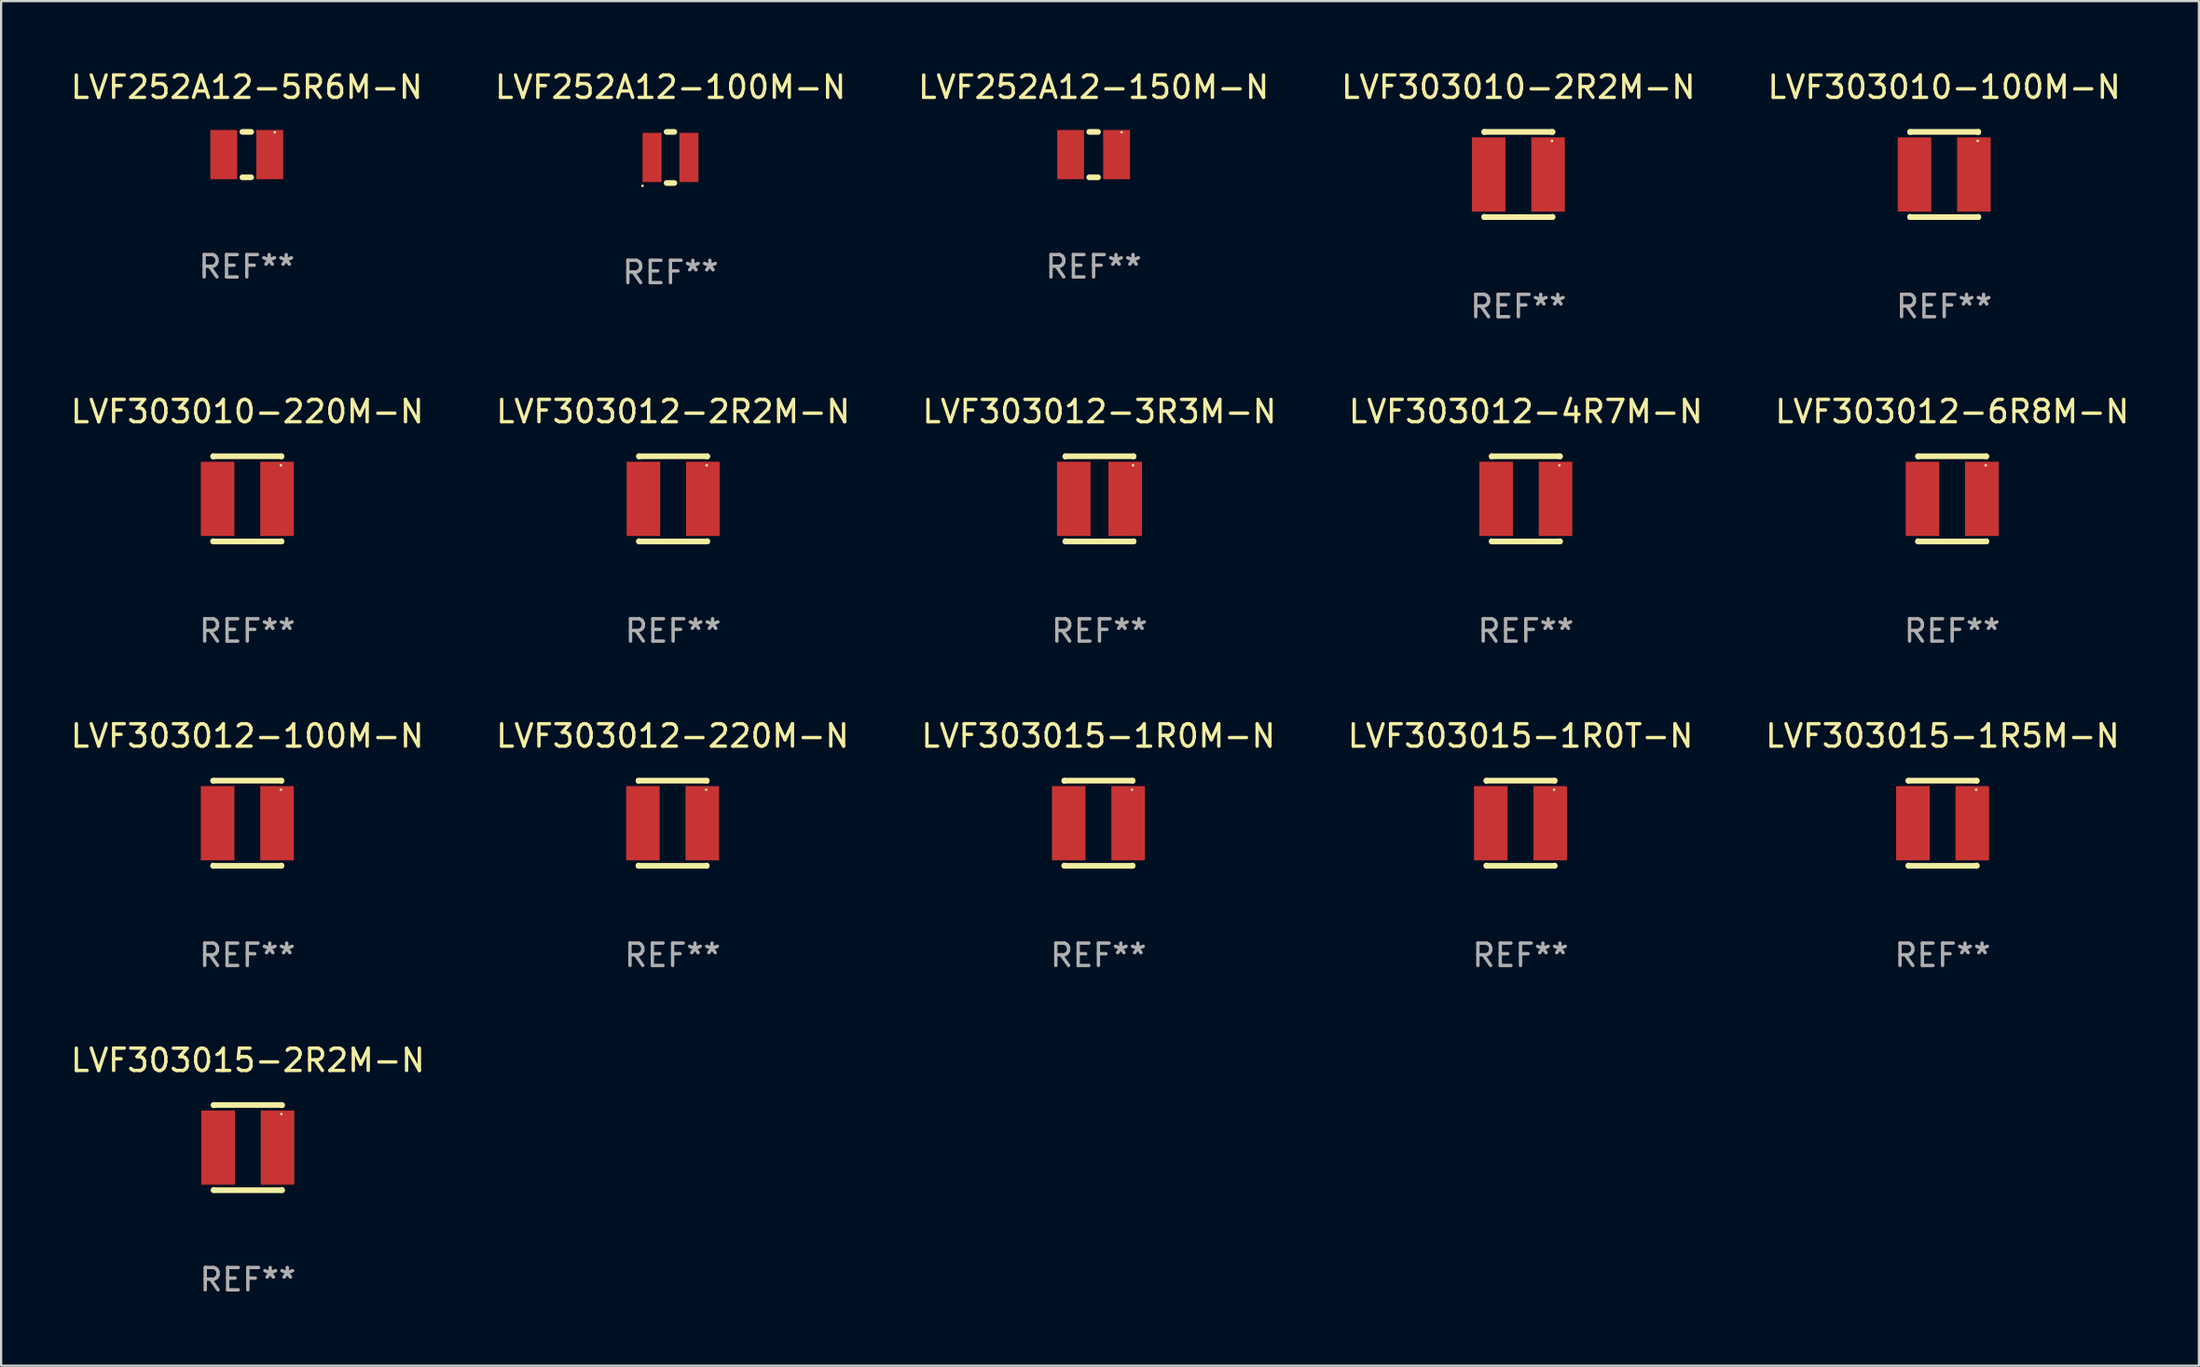
<source format=kicad_pcb>
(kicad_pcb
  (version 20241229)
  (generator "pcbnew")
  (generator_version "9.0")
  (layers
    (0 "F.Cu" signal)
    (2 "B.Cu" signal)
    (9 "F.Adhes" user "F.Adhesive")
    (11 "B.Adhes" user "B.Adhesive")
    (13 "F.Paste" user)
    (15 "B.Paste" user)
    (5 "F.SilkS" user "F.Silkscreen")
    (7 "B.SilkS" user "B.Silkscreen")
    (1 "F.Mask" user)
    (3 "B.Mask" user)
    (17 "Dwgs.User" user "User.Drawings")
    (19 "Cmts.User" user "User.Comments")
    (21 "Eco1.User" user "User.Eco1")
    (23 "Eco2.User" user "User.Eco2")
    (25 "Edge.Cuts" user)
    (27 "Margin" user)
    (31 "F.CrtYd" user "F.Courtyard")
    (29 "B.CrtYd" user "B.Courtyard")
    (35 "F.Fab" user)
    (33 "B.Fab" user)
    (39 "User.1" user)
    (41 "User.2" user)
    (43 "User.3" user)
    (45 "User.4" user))
  (footprint "LVF303015-2R2M-N"
    (layer "F.Cu")
    (at 8.03 48.273)
    (property "Reference" "LVF303015-2R2M-N" (at 0 -3.905 0) (layer "F.SilkS") (effects (font (size 1 1) (thickness 0.15))))
    (attr through_hole)
    (fp_line (start -1.524 -1.905) (end 1.524 -1.905) (stroke (width 0.254) (type solid)) (layer "F.SilkS"))
    (fp_line (start -1.524 -1.891) (end -1.524 -1.905) (stroke (width 0.254) (type solid)) (layer "F.SilkS"))
    (fp_line (start -1.524 1.905) (end -1.524 1.891) (stroke (width 0.254) (type solid)) (layer "F.SilkS"))
    (fp_line (start -1.524 1.905) (end 1.524 1.905) (stroke (width 0.254) (type solid)) (layer "F.SilkS"))
    (fp_line (start 1.524 -1.905) (end 1.524 -1.891) (stroke (width 0.254) (type solid)) (layer "F.SilkS"))
    (fp_line (start 1.524 1.891) (end 1.524 1.905) (stroke (width 0.254) (type solid)) (layer "F.SilkS"))
    (fp_circle (center 1.5 -1.5) (end 1.53 -1.5) (stroke (width 0.06) (type solid)) (fill no) (layer "F.SilkS"))
    (fp_text user "REF**" (at 0 5.905 0) (layer "F.Fab") (effects (font (size 1 1) (thickness 0.15))))
    (pad "1" smd rect (at 1.328 0) (size 1.5 3.32) (layers "F.Cu" "F.Mask" "F.Paste"))
    (pad "2" smd rect (at -1.328 0) (size 1.5 3.32) (layers "F.Cu" "F.Mask" "F.Paste")))
  (footprint "LVF303012-6R8M-N"
    (layer "F.Cu")
    (at 84.22 19.26)
    (property "Reference" "LVF303012-6R8M-N" (at 0 -3.905 0) (layer "F.SilkS") (effects (font (size 1 1) (thickness 0.15))))
    (attr through_hole)
    (fp_line (start -1.524 -1.905) (end 1.524 -1.905) (stroke (width 0.254) (type solid)) (layer "F.SilkS"))
    (fp_line (start -1.524 -1.891) (end -1.524 -1.905) (stroke (width 0.254) (type solid)) (layer "F.SilkS"))
    (fp_line (start -1.524 1.905) (end -1.524 1.891) (stroke (width 0.254) (type solid)) (layer "F.SilkS"))
    (fp_line (start -1.524 1.905) (end 1.524 1.905) (stroke (width 0.254) (type solid)) (layer "F.SilkS"))
    (fp_line (start 1.524 -1.905) (end 1.524 -1.891) (stroke (width 0.254) (type solid)) (layer "F.SilkS"))
    (fp_line (start 1.524 1.891) (end 1.524 1.905) (stroke (width 0.254) (type solid)) (layer "F.SilkS"))
    (fp_circle (center 1.5 -1.5) (end 1.53 -1.5) (stroke (width 0.06) (type solid)) (fill no) (layer "F.SilkS"))
    (fp_text user "REF**" (at 0 5.905 0) (layer "F.Fab") (effects (font (size 1 1) (thickness 0.15))))
    (pad "1" smd rect (at 1.328 0) (size 1.5 3.32) (layers "F.Cu" "F.Mask" "F.Paste"))
    (pad "2" smd rect (at -1.328 0) (size 1.5 3.32) (layers "F.Cu" "F.Mask" "F.Paste")))
  (footprint "LVF303015-1R0M-N"
    (layer "F.Cu")
    (at 46.054 33.766)
    (property "Reference" "LVF303015-1R0M-N" (at 0 -3.905 0) (layer "F.SilkS") (effects (font (size 1 1) (thickness 0.15))))
    (attr through_hole)
    (fp_line (start -1.524 -1.905) (end 1.524 -1.905) (stroke (width 0.254) (type solid)) (layer "F.SilkS"))
    (fp_line (start -1.524 -1.891) (end -1.524 -1.905) (stroke (width 0.254) (type solid)) (layer "F.SilkS"))
    (fp_line (start -1.524 1.905) (end -1.524 1.891) (stroke (width 0.254) (type solid)) (layer "F.SilkS"))
    (fp_line (start -1.524 1.905) (end 1.524 1.905) (stroke (width 0.254) (type solid)) (layer "F.SilkS"))
    (fp_line (start 1.524 -1.905) (end 1.524 -1.891) (stroke (width 0.254) (type solid)) (layer "F.SilkS"))
    (fp_line (start 1.524 1.891) (end 1.524 1.905) (stroke (width 0.254) (type solid)) (layer "F.SilkS"))
    (fp_circle (center 1.5 -1.5) (end 1.53 -1.5) (stroke (width 0.06) (type solid)) (fill no) (layer "F.SilkS"))
    (fp_text user "REF**" (at 0 5.905 0) (layer "F.Fab") (effects (font (size 1 1) (thickness 0.15))))
    (pad "1" smd rect (at 1.328 0) (size 1.5 3.32) (layers "F.Cu" "F.Mask" "F.Paste"))
    (pad "2" smd rect (at -1.328 0) (size 1.5 3.32) (layers "F.Cu" "F.Mask" "F.Paste")))
  (footprint "LVF303012-3R3M-N"
    (layer "F.Cu")
    (at 46.101 19.26)
    (property "Reference" "LVF303012-3R3M-N" (at 0 -3.905 0) (layer "F.SilkS") (effects (font (size 1 1) (thickness 0.15))))
    (attr through_hole)
    (fp_line (start -1.524 -1.905) (end 1.524 -1.905) (stroke (width 0.254) (type solid)) (layer "F.SilkS"))
    (fp_line (start -1.524 -1.891) (end -1.524 -1.905) (stroke (width 0.254) (type solid)) (layer "F.SilkS"))
    (fp_line (start -1.524 1.905) (end -1.524 1.891) (stroke (width 0.254) (type solid)) (layer "F.SilkS"))
    (fp_line (start -1.524 1.905) (end 1.524 1.905) (stroke (width 0.254) (type solid)) (layer "F.SilkS"))
    (fp_line (start 1.524 -1.905) (end 1.524 -1.891) (stroke (width 0.254) (type solid)) (layer "F.SilkS"))
    (fp_line (start 1.524 1.891) (end 1.524 1.905) (stroke (width 0.254) (type solid)) (layer "F.SilkS"))
    (fp_circle (center 1.5 -1.5) (end 1.53 -1.5) (stroke (width 0.06) (type solid)) (fill no) (layer "F.SilkS"))
    (fp_text user "REF**" (at 0 5.905 0) (layer "F.Fab") (effects (font (size 1 1) (thickness 0.15))))
    (pad "1" smd rect (at 1.15 0) (size 1.5 3.32) (layers "F.Cu" "F.Mask" "F.Paste"))
    (pad "2" smd rect (at -1.15 0) (size 1.5 3.32) (layers "F.Cu" "F.Mask" "F.Paste")))
  (footprint "LVF303012-2R2M-N"
    (layer "F.Cu")
    (at 27.042 19.26)
    (property "Reference" "LVF303012-2R2M-N" (at 0 -3.905 0) (layer "F.SilkS") (effects (font (size 1 1) (thickness 0.15))))
    (attr through_hole)
    (fp_line (start -1.524 -1.905) (end 1.524 -1.905) (stroke (width 0.254) (type solid)) (layer "F.SilkS"))
    (fp_line (start -1.524 -1.891) (end -1.524 -1.905) (stroke (width 0.254) (type solid)) (layer "F.SilkS"))
    (fp_line (start -1.524 1.905) (end -1.524 1.891) (stroke (width 0.254) (type solid)) (layer "F.SilkS"))
    (fp_line (start -1.524 1.905) (end 1.524 1.905) (stroke (width 0.254) (type solid)) (layer "F.SilkS"))
    (fp_line (start 1.524 -1.905) (end 1.524 -1.891) (stroke (width 0.254) (type solid)) (layer "F.SilkS"))
    (fp_line (start 1.524 1.891) (end 1.524 1.905) (stroke (width 0.254) (type solid)) (layer "F.SilkS"))
    (fp_circle (center 1.5 -1.5) (end 1.53 -1.5) (stroke (width 0.06) (type solid)) (fill no) (layer "F.SilkS"))
    (fp_text user "REF**" (at 0 5.905 0) (layer "F.Fab") (effects (font (size 1 1) (thickness 0.15))))
    (pad "1" smd rect (at 1.328 0) (size 1.5 3.32) (layers "F.Cu" "F.Mask" "F.Paste"))
    (pad "2" smd rect (at -1.328 0) (size 1.5 3.32) (layers "F.Cu" "F.Mask" "F.Paste")))
  (footprint "LVF303012-220M-N"
    (layer "F.Cu")
    (at 27.018 33.766)
    (property "Reference" "LVF303012-220M-N" (at 0 -3.905 0) (layer "F.SilkS") (effects (font (size 1 1) (thickness 0.15))))
    (attr through_hole)
    (fp_line (start -1.524 -1.905) (end 1.524 -1.905) (stroke (width 0.254) (type solid)) (layer "F.SilkS"))
    (fp_line (start -1.524 -1.891) (end -1.524 -1.905) (stroke (width 0.254) (type solid)) (layer "F.SilkS"))
    (fp_line (start -1.524 1.905) (end -1.524 1.891) (stroke (width 0.254) (type solid)) (layer "F.SilkS"))
    (fp_line (start -1.524 1.905) (end 1.524 1.905) (stroke (width 0.254) (type solid)) (layer "F.SilkS"))
    (fp_line (start 1.524 -1.905) (end 1.524 -1.891) (stroke (width 0.254) (type solid)) (layer "F.SilkS"))
    (fp_line (start 1.524 1.891) (end 1.524 1.905) (stroke (width 0.254) (type solid)) (layer "F.SilkS"))
    (fp_circle (center 1.5 -1.5) (end 1.53 -1.5) (stroke (width 0.06) (type solid)) (fill no) (layer "F.SilkS"))
    (fp_text user "REF**" (at 0 5.905 0) (layer "F.Fab") (effects (font (size 1 1) (thickness 0.15))))
    (pad "1" smd rect (at 1.328 0) (size 1.5 3.32) (layers "F.Cu" "F.Mask" "F.Paste"))
    (pad "2" smd rect (at -1.328 0) (size 1.5 3.32) (layers "F.Cu" "F.Mask" "F.Paste")))
  (footprint "LVF303010-220M-N"
    (layer "F.Cu")
    (at 8.006 19.26)
    (property "Reference" "LVF303010-220M-N" (at 0 -3.905 0) (layer "F.SilkS") (effects (font (size 1 1) (thickness 0.15))))
    (attr through_hole)
    (fp_line (start -1.524 -1.905) (end 1.524 -1.905) (stroke (width 0.254) (type solid)) (layer "F.SilkS"))
    (fp_line (start -1.524 -1.891) (end -1.524 -1.905) (stroke (width 0.254) (type solid)) (layer "F.SilkS"))
    (fp_line (start -1.524 1.905) (end -1.524 1.891) (stroke (width 0.254) (type solid)) (layer "F.SilkS"))
    (fp_line (start -1.524 1.905) (end 1.524 1.905) (stroke (width 0.254) (type solid)) (layer "F.SilkS"))
    (fp_line (start 1.524 -1.905) (end 1.524 -1.891) (stroke (width 0.254) (type solid)) (layer "F.SilkS"))
    (fp_line (start 1.524 1.891) (end 1.524 1.905) (stroke (width 0.254) (type solid)) (layer "F.SilkS"))
    (fp_circle (center 1.5 -1.5) (end 1.53 -1.5) (stroke (width 0.06) (type solid)) (fill no) (layer "F.SilkS"))
    (fp_text user "REF**" (at 0 5.905 0) (layer "F.Fab") (effects (font (size 1 1) (thickness 0.15))))
    (pad "1" smd rect (at 1.328 0) (size 1.5 3.32) (layers "F.Cu" "F.Mask" "F.Paste"))
    (pad "2" smd rect (at -1.328 0) (size 1.5 3.32) (layers "F.Cu" "F.Mask" "F.Paste")))
  (footprint "LVF303012-4R7M-N"
    (layer "F.Cu")
    (at 65.161 19.26)
    (property "Reference" "LVF303012-4R7M-N" (at 0 -3.905 0) (layer "F.SilkS") (effects (font (size 1 1) (thickness 0.15))))
    (attr through_hole)
    (fp_line (start -1.524 -1.905) (end 1.524 -1.905) (stroke (width 0.254) (type solid)) (layer "F.SilkS"))
    (fp_line (start -1.524 -1.891) (end -1.524 -1.905) (stroke (width 0.254) (type solid)) (layer "F.SilkS"))
    (fp_line (start -1.524 1.905) (end -1.524 1.891) (stroke (width 0.254) (type solid)) (layer "F.SilkS"))
    (fp_line (start -1.524 1.905) (end 1.524 1.905) (stroke (width 0.254) (type solid)) (layer "F.SilkS"))
    (fp_line (start 1.524 -1.905) (end 1.524 -1.891) (stroke (width 0.254) (type solid)) (layer "F.SilkS"))
    (fp_line (start 1.524 1.891) (end 1.524 1.905) (stroke (width 0.254) (type solid)) (layer "F.SilkS"))
    (fp_circle (center 1.5 -1.5) (end 1.53 -1.5) (stroke (width 0.06) (type solid)) (fill no) (layer "F.SilkS"))
    (fp_text user "REF**" (at 0 5.905 0) (layer "F.Fab") (effects (font (size 1 1) (thickness 0.15))))
    (pad "1" smd rect (at 1.328 0) (size 1.5 3.32) (layers "F.Cu" "F.Mask" "F.Paste"))
    (pad "2" smd rect (at -1.328 0) (size 1.5 3.32) (layers "F.Cu" "F.Mask" "F.Paste")))
  (footprint "LVF303012-100M-N"
    (layer "F.Cu")
    (at 8.006 33.766)
    (property "Reference" "LVF303012-100M-N" (at 0 -3.905 0) (layer "F.SilkS") (effects (font (size 1 1) (thickness 0.15))))
    (attr through_hole)
    (fp_line (start -1.524 -1.905) (end 1.524 -1.905) (stroke (width 0.254) (type solid)) (layer "F.SilkS"))
    (fp_line (start -1.524 -1.891) (end -1.524 -1.905) (stroke (width 0.254) (type solid)) (layer "F.SilkS"))
    (fp_line (start -1.524 1.905) (end -1.524 1.891) (stroke (width 0.254) (type solid)) (layer "F.SilkS"))
    (fp_line (start -1.524 1.905) (end 1.524 1.905) (stroke (width 0.254) (type solid)) (layer "F.SilkS"))
    (fp_line (start 1.524 -1.905) (end 1.524 -1.891) (stroke (width 0.254) (type solid)) (layer "F.SilkS"))
    (fp_line (start 1.524 1.891) (end 1.524 1.905) (stroke (width 0.254) (type solid)) (layer "F.SilkS"))
    (fp_circle (center 1.5 -1.5) (end 1.53 -1.5) (stroke (width 0.06) (type solid)) (fill no) (layer "F.SilkS"))
    (fp_text user "REF**" (at 0 5.905 0) (layer "F.Fab") (effects (font (size 1 1) (thickness 0.15))))
    (pad "1" smd rect (at 1.328 0) (size 1.5 3.32) (layers "F.Cu" "F.Mask" "F.Paste"))
    (pad "2" smd rect (at -1.328 0) (size 1.5 3.32) (layers "F.Cu" "F.Mask" "F.Paste")))
  (footprint "LVF303010-100M-N"
    (layer "F.Cu")
    (at 83.863 4.753)
    (property "Reference" "LVF303010-100M-N" (at 0 -3.905 0) (layer "F.SilkS") (effects (font (size 1 1) (thickness 0.15))))
    (attr through_hole)
    (fp_line (start -1.524 -1.905) (end 1.524 -1.905) (stroke (width 0.254) (type solid)) (layer "F.SilkS"))
    (fp_line (start -1.524 -1.891) (end -1.524 -1.905) (stroke (width 0.254) (type solid)) (layer "F.SilkS"))
    (fp_line (start -1.524 1.905) (end -1.524 1.891) (stroke (width 0.254) (type solid)) (layer "F.SilkS"))
    (fp_line (start -1.524 1.905) (end 1.524 1.905) (stroke (width 0.254) (type solid)) (layer "F.SilkS"))
    (fp_line (start 1.524 -1.905) (end 1.524 -1.891) (stroke (width 0.254) (type solid)) (layer "F.SilkS"))
    (fp_line (start 1.524 1.891) (end 1.524 1.905) (stroke (width 0.254) (type solid)) (layer "F.SilkS"))
    (fp_circle (center 1.5 -1.5) (end 1.53 -1.5) (stroke (width 0.06) (type solid)) (fill no) (layer "F.SilkS"))
    (fp_text user "REF**" (at 0 5.905 0) (layer "F.Fab") (effects (font (size 1 1) (thickness 0.15))))
    (pad "1" smd rect (at 1.328 0) (size 1.5 3.32) (layers "F.Cu" "F.Mask" "F.Paste"))
    (pad "2" smd rect (at -1.328 0) (size 1.5 3.32) (layers "F.Cu" "F.Mask" "F.Paste")))
  (footprint "LVF252A12-100M-N"
    (layer "F.Cu")
    (at 26.923 3.991)
    (property "Reference" "LVF252A12-100M-N" (at 0 -3.143 0) (layer "F.SilkS") (effects (font (size 1 1) (thickness 0.15))))
    (attr through_hole)
    (fp_line (start -0.173 -1.143) (end 0.173 -1.143) (stroke (width 0.254) (type solid)) (layer "F.SilkS"))
    (fp_line (start -0.173 1.143) (end 0.173 1.143) (stroke (width 0.254) (type solid)) (layer "F.SilkS"))
    (fp_circle (center -1.25 1.27) (end -1.22 1.27) (stroke (width 0.06) (type solid)) (fill no) (layer "F.SilkS"))
    (fp_text user "REF**" (at 0 5.143 0) (layer "F.Fab") (effects (font (size 1 1) (thickness 0.15))))
    (pad "1" smd rect (at -0.825 0) (size 0.85 2.2) (layers "F.Cu" "F.Mask" "F.Paste"))
    (pad "2" smd rect (at 0.825 0) (size 0.85 2.2) (layers "F.Cu" "F.Mask" "F.Paste")))
  (footprint "LVF252A12-150M-N"
    (layer "F.Cu")
    (at 45.839 3.864)
    (property "Reference" "LVF252A12-150M-N" (at 0 -3.016 0) (layer "F.SilkS") (effects (font (size 1 1) (thickness 0.15))))
    (attr through_hole)
    (fp_line (start -0.197 1.016) (end 0.197 1.016) (stroke (width 0.254) (type solid)) (layer "F.SilkS"))
    (fp_line (start 0.197 -1.016) (end -0.197 -1.016) (stroke (width 0.254) (type solid)) (layer "F.SilkS"))
    (fp_circle (center 1.25 -1) (end 1.28 -1) (stroke (width 0.06) (type solid)) (fill no) (layer "F.SilkS"))
    (fp_text user "REF**" (at 0 5.016 0) (layer "F.Fab") (effects (font (size 1 1) (thickness 0.15))))
    (pad "1" smd rect (at 1.028 0) (size 1.2 2.2) (layers "F.Cu" "F.Mask" "F.Paste"))
    (pad "2" smd rect (at -1.028 0) (size 1.2 2.2) (layers "F.Cu" "F.Mask" "F.Paste")))
  (footprint "LVF303015-1R5M-N"
    (layer "F.Cu")
    (at 83.792 33.766)
    (property "Reference" "LVF303015-1R5M-N" (at 0 -3.905 0) (layer "F.SilkS") (effects (font (size 1 1) (thickness 0.15))))
    (attr through_hole)
    (fp_line (start -1.524 -1.905) (end 1.524 -1.905) (stroke (width 0.254) (type solid)) (layer "F.SilkS"))
    (fp_line (start -1.524 -1.891) (end -1.524 -1.905) (stroke (width 0.254) (type solid)) (layer "F.SilkS"))
    (fp_line (start -1.524 1.905) (end -1.524 1.891) (stroke (width 0.254) (type solid)) (layer "F.SilkS"))
    (fp_line (start -1.524 1.905) (end 1.524 1.905) (stroke (width 0.254) (type solid)) (layer "F.SilkS"))
    (fp_line (start 1.524 -1.905) (end 1.524 -1.891) (stroke (width 0.254) (type solid)) (layer "F.SilkS"))
    (fp_line (start 1.524 1.891) (end 1.524 1.905) (stroke (width 0.254) (type solid)) (layer "F.SilkS"))
    (fp_circle (center 1.5 -1.5) (end 1.53 -1.5) (stroke (width 0.06) (type solid)) (fill no) (layer "F.SilkS"))
    (fp_text user "REF**" (at 0 5.905 0) (layer "F.Fab") (effects (font (size 1 1) (thickness 0.15))))
    (pad "1" smd rect (at 1.328 0) (size 1.5 3.32) (layers "F.Cu" "F.Mask" "F.Paste"))
    (pad "2" smd rect (at -1.328 0) (size 1.5 3.32) (layers "F.Cu" "F.Mask" "F.Paste")))
  (footprint "LVF252A12-5R6M-N"
    (layer "F.Cu")
    (at 7.982 3.864)
    (property "Reference" "LVF252A12-5R6M-N" (at 0 -3.016 0) (layer "F.SilkS") (effects (font (size 1 1) (thickness 0.15))))
    (attr through_hole)
    (fp_line (start -0.197 1.016) (end 0.197 1.016) (stroke (width 0.254) (type solid)) (layer "F.SilkS"))
    (fp_line (start 0.197 -1.016) (end -0.197 -1.016) (stroke (width 0.254) (type solid)) (layer "F.SilkS"))
    (fp_circle (center 1.25 -1) (end 1.28 -1) (stroke (width 0.06) (type solid)) (fill no) (layer "F.SilkS"))
    (fp_text user "REF**" (at 0 5.016 0) (layer "F.Fab") (effects (font (size 1 1) (thickness 0.15))))
    (pad "1" smd rect (at 1.028 0) (size 1.2 2.2) (layers "F.Cu" "F.Mask" "F.Paste"))
    (pad "2" smd rect (at -1.028 0) (size 1.2 2.2) (layers "F.Cu" "F.Mask" "F.Paste")))
  (footprint "LVF303010-2R2M-N"
    (layer "F.Cu")
    (at 64.827 4.753)
    (property "Reference" "LVF303010-2R2M-N" (at 0 -3.905 0) (layer "F.SilkS") (effects (font (size 1 1) (thickness 0.15))))
    (attr through_hole)
    (fp_line (start -1.524 -1.905) (end 1.524 -1.905) (stroke (width 0.254) (type solid)) (layer "F.SilkS"))
    (fp_line (start -1.524 -1.891) (end -1.524 -1.905) (stroke (width 0.254) (type solid)) (layer "F.SilkS"))
    (fp_line (start -1.524 1.905) (end -1.524 1.891) (stroke (width 0.254) (type solid)) (layer "F.SilkS"))
    (fp_line (start -1.524 1.905) (end 1.524 1.905) (stroke (width 0.254) (type solid)) (layer "F.SilkS"))
    (fp_line (start 1.524 -1.905) (end 1.524 -1.891) (stroke (width 0.254) (type solid)) (layer "F.SilkS"))
    (fp_line (start 1.524 1.891) (end 1.524 1.905) (stroke (width 0.254) (type solid)) (layer "F.SilkS"))
    (fp_circle (center 1.5 -1.5) (end 1.53 -1.5) (stroke (width 0.06) (type solid)) (fill no) (layer "F.SilkS"))
    (fp_text user "REF**" (at 0 5.905 0) (layer "F.Fab") (effects (font (size 1 1) (thickness 0.15))))
    (pad "1" smd rect (at 1.328 0) (size 1.5 3.32) (layers "F.Cu" "F.Mask" "F.Paste"))
    (pad "2" smd rect (at -1.328 0) (size 1.5 3.32) (layers "F.Cu" "F.Mask" "F.Paste")))
  (footprint "LVF303015-1R0T-N"
    (layer "F.Cu")
    (at 64.923 33.766)
    (property "Reference" "LVF303015-1R0T-N" (at 0 -3.905 0) (layer "F.SilkS") (effects (font (size 1 1) (thickness 0.15))))
    (attr through_hole)
    (fp_line (start -1.524 -1.905) (end 1.524 -1.905) (stroke (width 0.254) (type solid)) (layer "F.SilkS"))
    (fp_line (start -1.524 -1.891) (end -1.524 -1.905) (stroke (width 0.254) (type solid)) (layer "F.SilkS"))
    (fp_line (start -1.524 1.905) (end -1.524 1.891) (stroke (width 0.254) (type solid)) (layer "F.SilkS"))
    (fp_line (start -1.524 1.905) (end 1.524 1.905) (stroke (width 0.254) (type solid)) (layer "F.SilkS"))
    (fp_line (start 1.524 -1.905) (end 1.524 -1.891) (stroke (width 0.254) (type solid)) (layer "F.SilkS"))
    (fp_line (start 1.524 1.891) (end 1.524 1.905) (stroke (width 0.254) (type solid)) (layer "F.SilkS"))
    (fp_circle (center 1.5 -1.5) (end 1.53 -1.5) (stroke (width 0.06) (type solid)) (fill no) (layer "F.SilkS"))
    (fp_text user "REF**" (at 0 5.905 0) (layer "F.Fab") (effects (font (size 1 1) (thickness 0.15))))
    (pad "1" smd rect (at 1.328 0) (size 1.5 3.32) (layers "F.Cu" "F.Mask" "F.Paste"))
    (pad "2" smd rect (at -1.328 0) (size 1.5 3.32) (layers "F.Cu" "F.Mask" "F.Paste")))
  (gr_rect
    (start -3 -3)
    (end 95.25 58.026)
    (stroke (width 0.1) (type default))
    (fill no)
    (layer "Edge.Cuts")))
</source>
